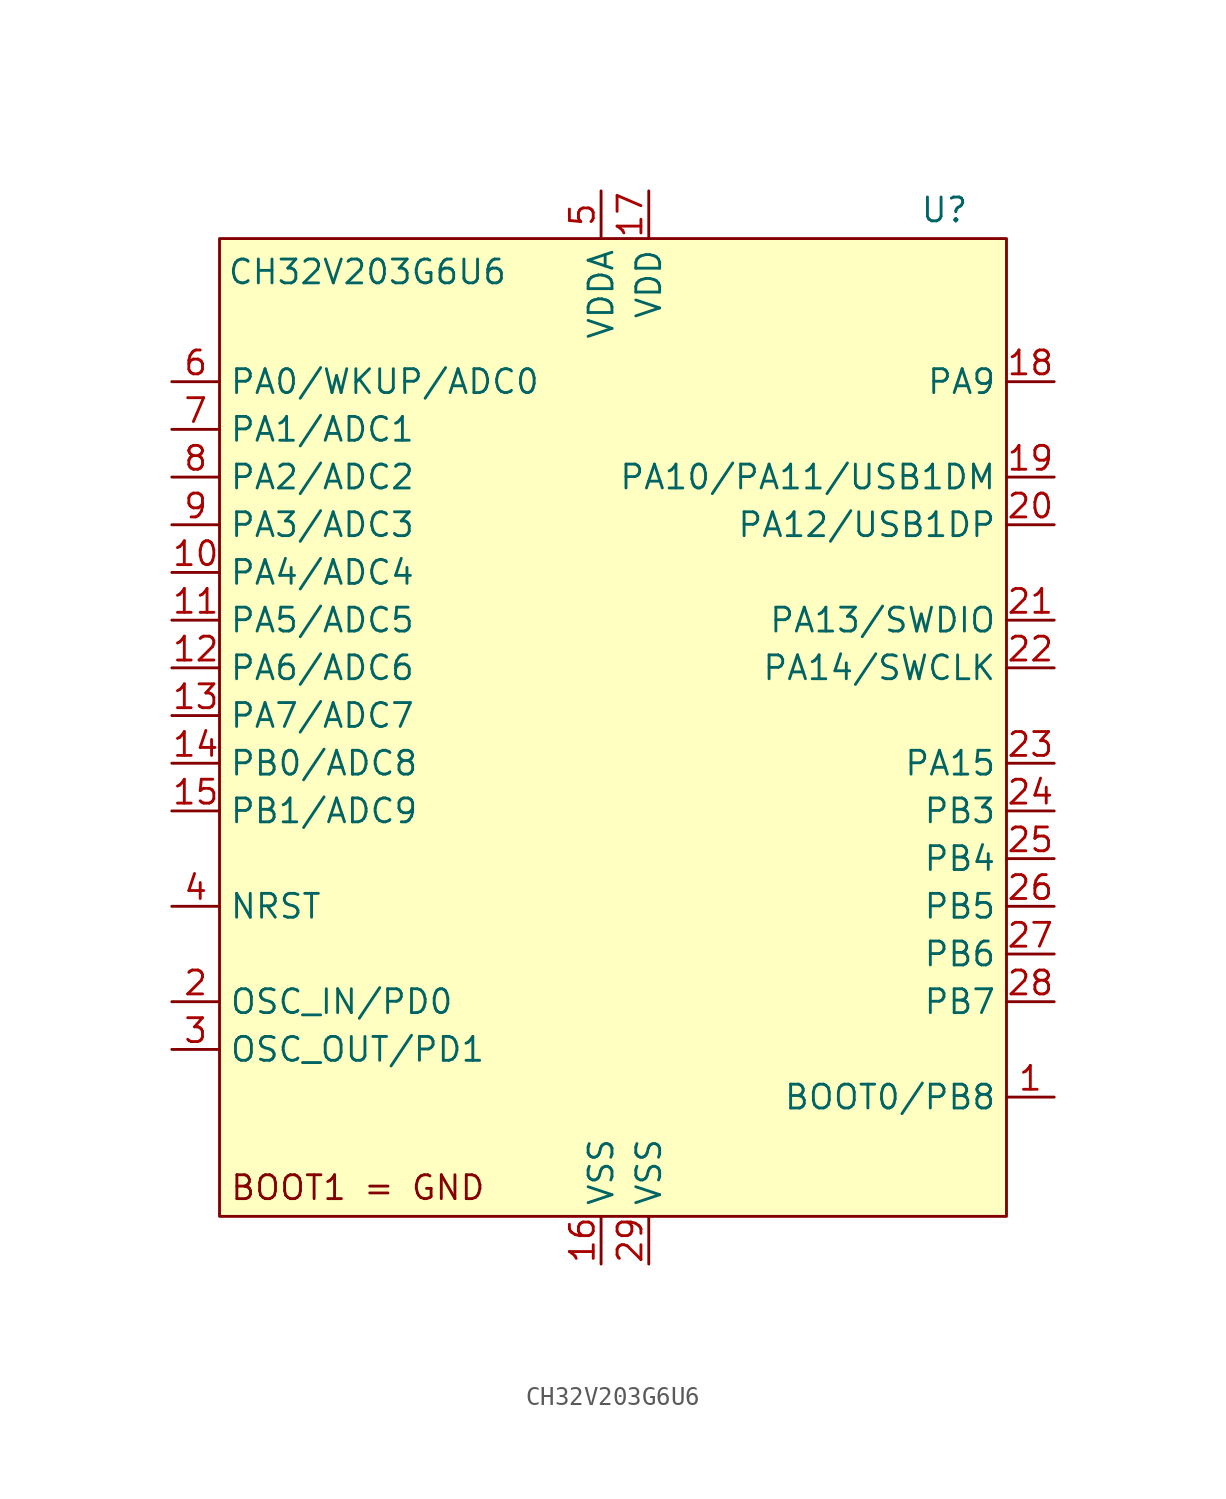
<source format=kicad_sym>
(kicad_symbol_lib
  (version 20231120)
  (generator "kicad_symbol_editor")
  (generator_version "8.0")
  (symbol "CH32V203G6U6"
    (property "Reference" "U"
      (at 17.018 26.924 0)
      (effects (font (size 1.27 1.27))))
    (property "Value" "CH32V203G6U6"
      (at -13.716 23.622 0)
      (effects (font (size 1.27 1.27))))
    (symbol "CH32V203G6U6_0_0"
      (pin bidirectional line (at 22.86 -20.32 180) (length 2.54) (name "BOOT0/PB8" (effects (font (size 1.27 1.27)))) (number "1" (effects (font (size 1.27 1.27)))))
      (pin bidirectional line (at -24.13 7.62 0) (length 2.54) (name "PA4/ADC4" (effects (font (size 1.27 1.27)))) (number "10" (effects (font (size 1.27 1.27)))))
      (pin bidirectional line (at -24.13 5.08 0) (length 2.54) (name "PA5/ADC5" (effects (font (size 1.27 1.27)))) (number "11" (effects (font (size 1.27 1.27)))))
      (pin bidirectional line (at -24.13 2.54 0) (length 2.54) (name "PA6/ADC6" (effects (font (size 1.27 1.27)))) (number "12" (effects (font (size 1.27 1.27)))))
      (pin bidirectional line (at -24.13 0 0) (length 2.54) (name "PA7/ADC7" (effects (font (size 1.27 1.27)))) (number "13" (effects (font (size 1.27 1.27)))))
      (pin bidirectional line (at -24.13 -2.54 0) (length 2.54) (name "PB0/ADC8" (effects (font (size 1.27 1.27)))) (number "14" (effects (font (size 1.27 1.27)))))
      (pin bidirectional line (at -24.13 -5.08 0) (length 2.54) (name "PB1/ADC9" (effects (font (size 1.27 1.27)))) (number "15" (effects (font (size 1.27 1.27)))))
      (pin power_in line (at -1.27 -29.21 90) (length 2.54) (name "VSS" (effects (font (size 1.27 1.27)))) (number "16" (effects (font (size 1.27 1.27)))))
      (pin power_in line (at 1.27 27.94 270) (length 2.54) (name "VDD" (effects (font (size 1.27 1.27)))) (number "17" (effects (font (size 1.27 1.27)))))
      (pin bidirectional line (at 22.86 17.78 180) (length 2.54) (name "PA9" (effects (font (size 1.27 1.27)))) (number "18" (effects (font (size 1.27 1.27)))))
      (pin bidirectional line (at 22.86 12.7 180) (length 2.54) (name "PA10/PA11/USB1DM" (effects (font (size 1.27 1.27)))) (number "19" (effects (font (size 1.27 1.27)))))
      (pin bidirectional line (at -24.13 -15.24 0) (length 2.54) (name "OSC_IN/PD0" (effects (font (size 1.27 1.27)))) (number "2" (effects (font (size 1.27 1.27)))))
      (pin bidirectional line (at 22.86 10.16 180) (length 2.54) (name "PA12/USB1DP" (effects (font (size 1.27 1.27)))) (number "20" (effects (font (size 1.27 1.27)))))
      (pin bidirectional line (at 22.86 5.08 180) (length 2.54) (name "PA13/SWDIO" (effects (font (size 1.27 1.27)))) (number "21" (effects (font (size 1.27 1.27)))))
      (pin bidirectional line (at 22.86 2.54 180) (length 2.54) (name "PA14/SWCLK" (effects (font (size 1.27 1.27)))) (number "22" (effects (font (size 1.27 1.27)))))
      (pin bidirectional line (at 22.86 -2.54 180) (length 2.54) (name "PA15" (effects (font (size 1.27 1.27)))) (number "23" (effects (font (size 1.27 1.27)))))
      (pin bidirectional line (at 22.86 -5.08 180) (length 2.54) (name "PB3" (effects (font (size 1.27 1.27)))) (number "24" (effects (font (size 1.27 1.27)))))
      (pin bidirectional line (at 22.86 -7.62 180) (length 2.54) (name "PB4" (effects (font (size 1.27 1.27)))) (number "25" (effects (font (size 1.27 1.27)))))
      (pin bidirectional line (at 22.86 -10.16 180) (length 2.54) (name "PB5" (effects (font (size 1.27 1.27)))) (number "26" (effects (font (size 1.27 1.27)))))
      (pin bidirectional line (at 22.86 -12.7 180) (length 2.54) (name "PB6" (effects (font (size 1.27 1.27)))) (number "27" (effects (font (size 1.27 1.27)))))
      (pin bidirectional line (at 22.86 -15.24 180) (length 2.54) (name "PB7" (effects (font (size 1.27 1.27)))) (number "28" (effects (font (size 1.27 1.27)))))
      (pin power_in line (at 1.27 -29.21 90) (length 2.54) (name "VSS" (effects (font (size 1.27 1.27)))) (number "29" (effects (font (size 1.27 1.27)))))
      (pin bidirectional line (at -24.13 -17.78 0) (length 2.54) (name "OSC_OUT/PD1" (effects (font (size 1.27 1.27)))) (number "3" (effects (font (size 1.27 1.27)))))
      (pin bidirectional line (at -24.13 -10.16 0) (length 2.54) (name "NRST" (effects (font (size 1.27 1.27)))) (number "4" (effects (font (size 1.27 1.27)))))
      (pin power_in line (at -1.27 27.94 270) (length 2.54) (name "VDDA" (effects (font (size 1.27 1.27)))) (number "5" (effects (font (size 1.27 1.27)))))
      (pin bidirectional line (at -24.13 17.78 0) (length 2.54) (name "PA0/WKUP/ADC0" (effects (font (size 1.27 1.27)))) (number "6" (effects (font (size 1.27 1.27)))))
      (pin bidirectional line (at -24.13 15.24 0) (length 2.54) (name "PA1/ADC1" (effects (font (size 1.27 1.27)))) (number "7" (effects (font (size 1.27 1.27)))))
      (pin bidirectional line (at -24.13 12.7 0) (length 2.54) (name "PA2/ADC2" (effects (font (size 1.27 1.27)))) (number "8" (effects (font (size 1.27 1.27)))))
      (pin bidirectional line (at -24.13 10.16 0) (length 2.54) (name "PA3/ADC3" (effects (font (size 1.27 1.27)))) (number "9" (effects (font (size 1.27 1.27))))))
    (symbol "CH32V203G6U6_1_1"
      (rectangle (start -21.59 25.4) (end 20.32 -26.67) (stroke (width 0) (type default)) (fill (type background)))
      (text "BOOT1 = GND\n" (at -14.224 -25.146 0) (effects (font (size 1.27 1.27)))))))
</source>
